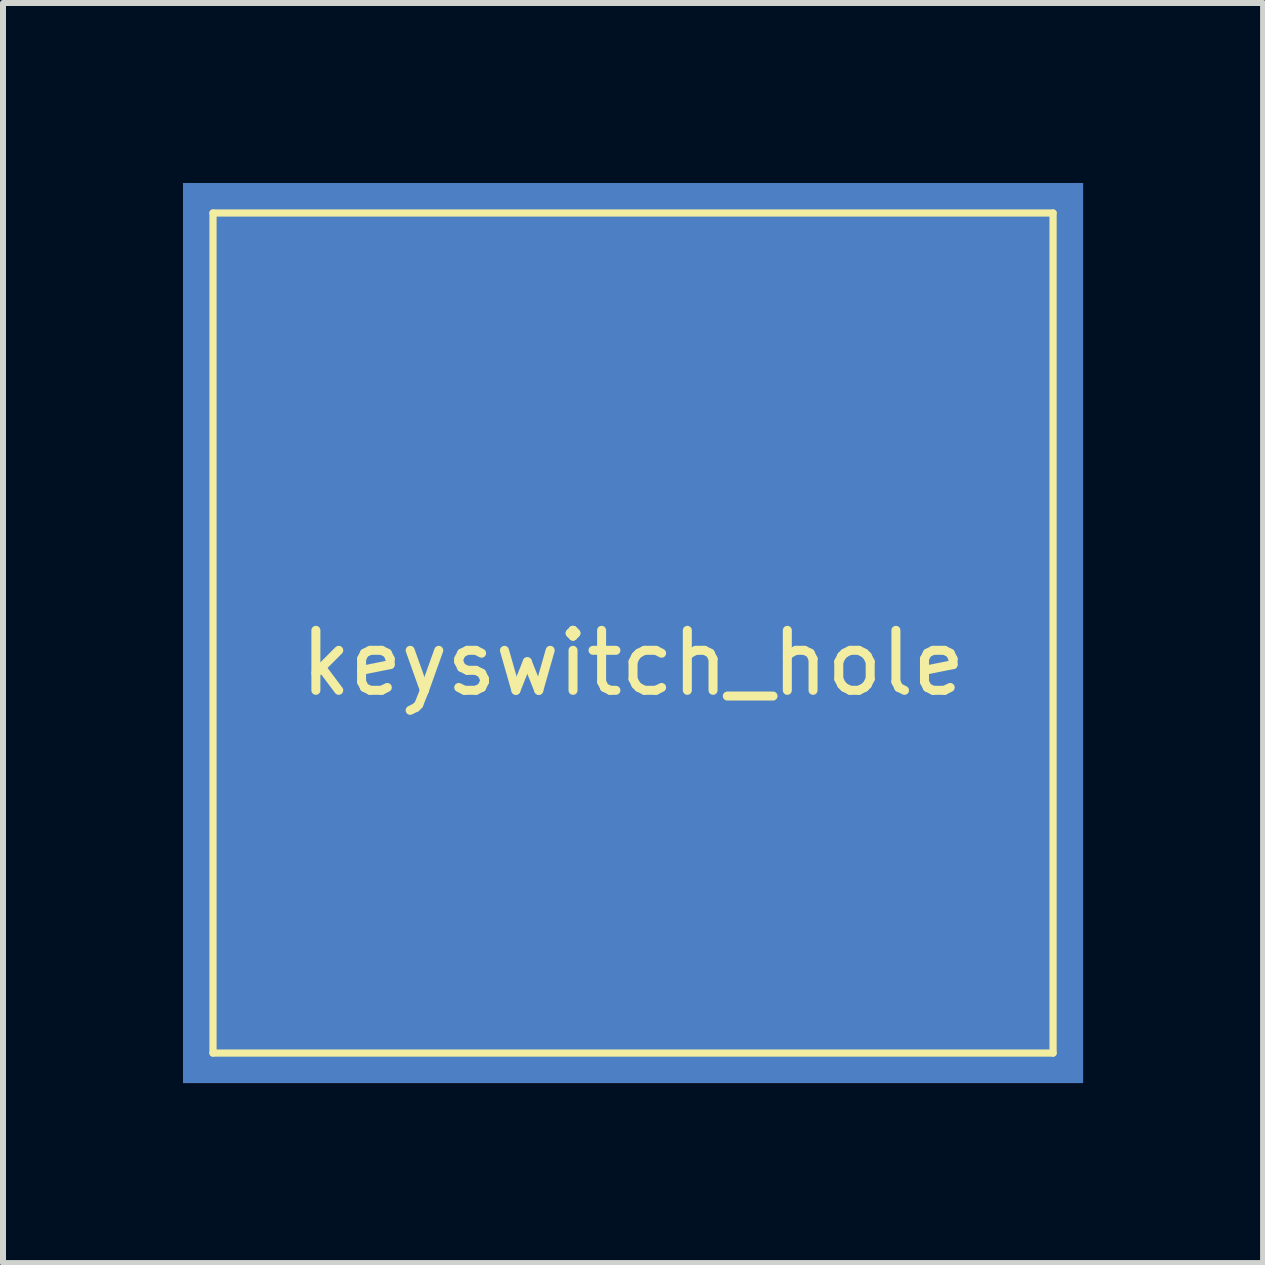
<source format=kicad_pcb>
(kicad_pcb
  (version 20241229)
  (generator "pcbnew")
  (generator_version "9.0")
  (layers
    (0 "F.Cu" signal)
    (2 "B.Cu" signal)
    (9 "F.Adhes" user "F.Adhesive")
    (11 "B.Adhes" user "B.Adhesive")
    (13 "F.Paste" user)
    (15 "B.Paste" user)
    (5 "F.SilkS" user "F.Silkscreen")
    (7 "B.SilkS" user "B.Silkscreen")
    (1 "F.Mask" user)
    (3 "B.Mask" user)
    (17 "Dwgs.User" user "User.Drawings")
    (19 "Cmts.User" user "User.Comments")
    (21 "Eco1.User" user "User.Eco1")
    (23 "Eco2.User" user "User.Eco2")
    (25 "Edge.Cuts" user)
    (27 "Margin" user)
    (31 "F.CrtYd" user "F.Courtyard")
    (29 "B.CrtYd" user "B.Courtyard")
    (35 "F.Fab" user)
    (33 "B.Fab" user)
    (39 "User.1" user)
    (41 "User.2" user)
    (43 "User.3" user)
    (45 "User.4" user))
  (footprint "keyswitch_hole"
    (layer "F.Cu")
    (at 7.5 7.5)
    (property "Reference" "keyswitch_hole" (at 0 0.5 0) (layer "F.SilkS") (effects (font (size 1 1) (thickness 0.15))))
    (attr through_hole)
    (fp_line (start -7 -7) (end -7 7) (stroke (width 0.12) (type solid)) (layer "F.SilkS"))
    (fp_line (start -7 -7) (end 7 -7) (stroke (width 0.12) (type solid)) (layer "F.SilkS"))
    (fp_line (start 7 7) (end -7 7) (stroke (width 0.12) (type solid)) (layer "F.SilkS"))
    (fp_line (start 7 7) (end 7 -7) (stroke (width 0.12) (type solid)) (layer "F.SilkS"))
    (pad "1" smd rect (at 0 0) (size 15 15) (layers "F.Cu" "F.Mask" "F.Paste"))
    (pad "2" smd rect (at 0 0) (size 15 15) (layers "B.Cu" "B.Mask" "B.Paste")))
  (gr_rect
    (start -3 -3)
    (end 18 18)
    (stroke (width 0.1) (type default))
    (fill no)
    (layer "Edge.Cuts")))
</source>
